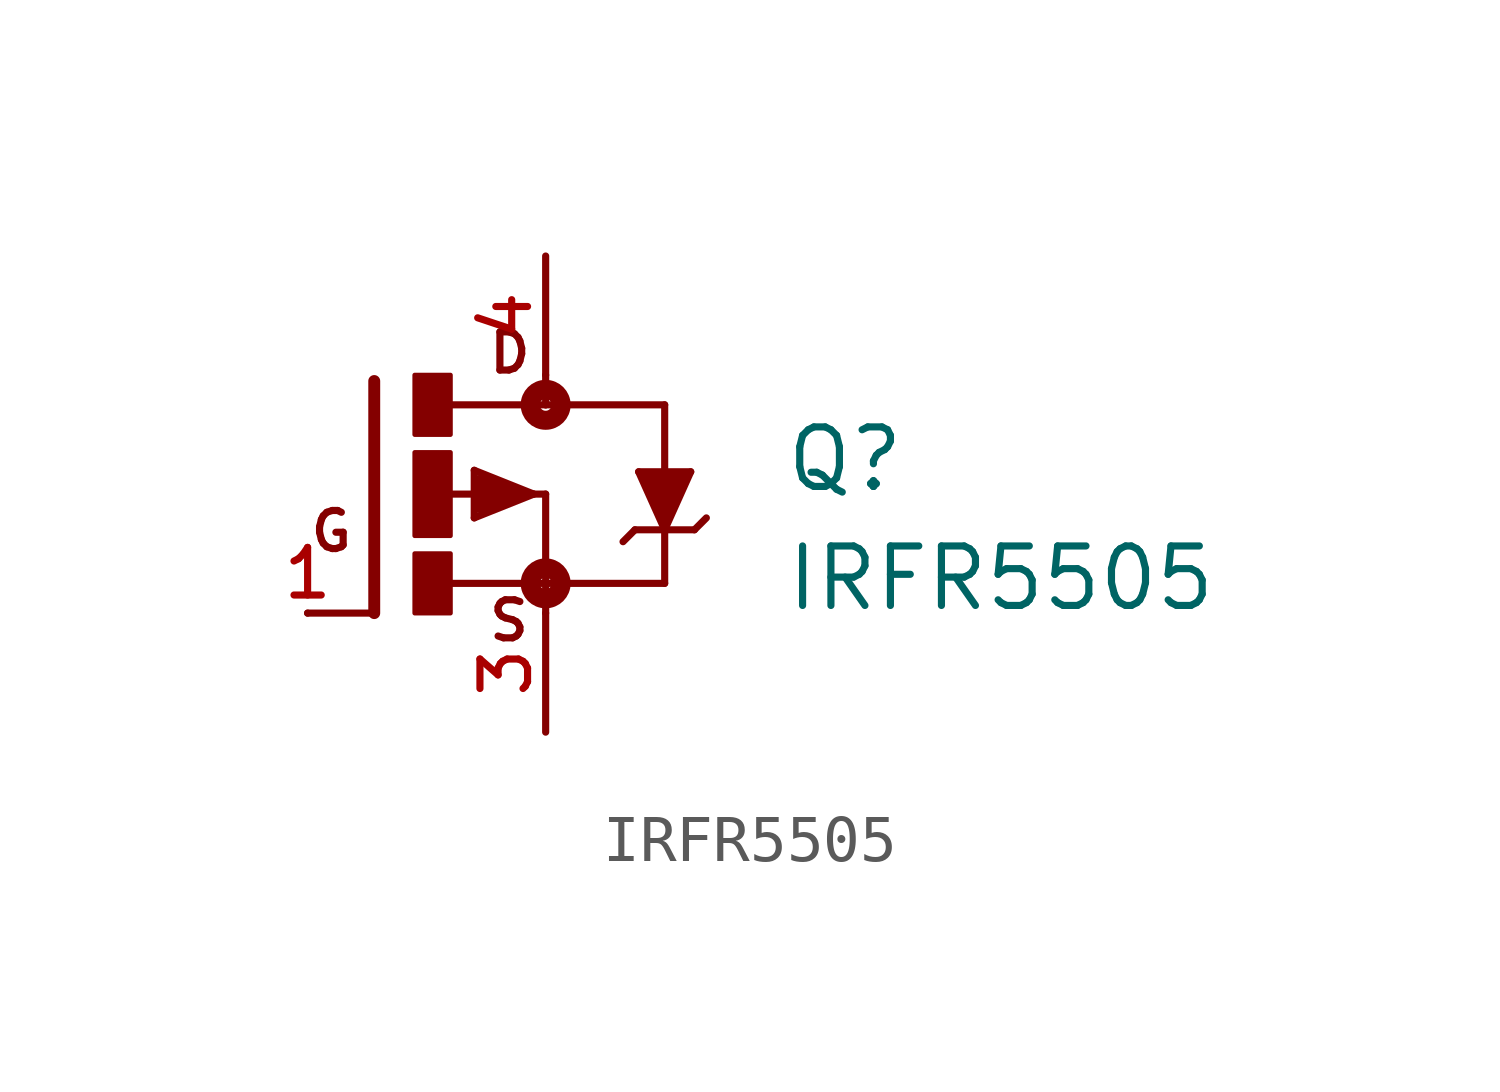
<source format=kicad_sym>
(kicad_symbol_lib
  (version 20211014)
  (generator kicad_symbol_editor)
  (symbol "IRFR5505"
    (pin_names
      (offset 1.016))
    (property "Reference" "Q"
      (at 7.62 0.0 0)
      (effects (font (size 1.27 1.27)) (justify bottom left)))
    (property "Value" "IRFR5505"
      (at 7.62 -2.54 0)
      (effects (font (size 1.27 1.27)) (justify bottom left)))
    (symbol "IRFR5505_0_0"
      (polyline (pts (xy -1.118 2.413) (xy -1.118 -2.54)) (stroke (width 0.254)))
      (polyline (pts (xy -1.118 -2.54) (xy -2.54 -2.54)) (stroke (width 0.152)))
      (polyline (pts (xy 2.54 1.905) (xy 0.533 1.905)) (stroke (width 0.152)))
      (polyline (pts (xy 2.54 0.0) (xy 2.54 -1.905)) (stroke (width 0.152)))
      (polyline (pts (xy 0.508 -1.905) (xy 2.54 -1.905)) (stroke (width 0.152)))
      (polyline (pts (xy 2.54 2.54) (xy 2.54 1.905)) (stroke (width 0.152)))
      (polyline (pts (xy 2.54 1.905) (xy 5.08 1.905)) (stroke (width 0.152)))
      (polyline (pts (xy 5.08 -1.905) (xy 2.54 -1.905)) (stroke (width 0.152)))
      (polyline (pts (xy 2.54 -1.905) (xy 2.54 -2.54)) (stroke (width 0.152)))
      (polyline (pts (xy 2.235 0.0) (xy 2.54 0.0)) (stroke (width 0.152)))
      (polyline (pts (xy 2.286 0.0) (xy 1.016 0.508)) (stroke (width 0.152)))
      (polyline (pts (xy 1.016 0.508) (xy 1.016 -0.508)) (stroke (width 0.152)))
      (polyline (pts (xy 1.016 -0.508) (xy 2.286 0.0)) (stroke (width 0.152)))
      (polyline (pts (xy 1.143 0.0) (xy 0.254 0.0)) (stroke (width 0.152)))
      (polyline (pts (xy 1.143 -0.254) (xy 2.032 0.0)) (stroke (width 0.305)))
      (polyline (pts (xy 2.032 0.0) (xy 1.143 0.254)) (stroke (width 0.305)))
      (polyline (pts (xy 1.143 0.254) (xy 1.143 0.0)) (stroke (width 0.305)))
      (polyline (pts (xy 1.143 0.0) (xy 1.397 0.0)) (stroke (width 0.305)))
      (polyline (pts (xy 5.08 -1.905) (xy 5.08 -0.762)) (stroke (width 0.152)))
      (polyline (pts (xy 5.08 -0.762) (xy 5.636 0.476)) (stroke (width 0.152)))
      (polyline (pts (xy 5.636 0.476) (xy 5.08 0.476)) (stroke (width 0.152)))
      (polyline (pts (xy 5.08 0.476) (xy 4.524 0.476)) (stroke (width 0.152)))
      (polyline (pts (xy 4.524 0.476) (xy 5.08 -0.762)) (stroke (width 0.152)))
      (polyline (pts (xy 5.715 -0.762) (xy 5.08 -0.762)) (stroke (width 0.152)))
      (polyline (pts (xy 5.08 -0.762) (xy 4.445 -0.762)) (stroke (width 0.152)))
      (polyline (pts (xy 4.445 -0.762) (xy 4.191 -1.016)) (stroke (width 0.152)))
      (polyline (pts (xy 5.715 -0.762) (xy 5.969 -0.508)) (stroke (width 0.152)))
      (polyline (pts (xy 5.08 0.476) (xy 5.08 1.905)) (stroke (width 0.152)))
      (circle (center 2.54 -1.905) (radius 0.127) (stroke (width 0.406)) (fill (type none)))
      (circle (center 2.54 1.905) (radius 0.127) (stroke (width 0.406)) (fill (type none)))
      (text "D" (at 1.27 2.54 0) (effects (font (size 0.813 0.813)) (justify bottom left)))
      (text "S" (at 1.27 -3.175 0) (effects (font (size 0.813 0.813)) (justify bottom left)))
      (text "G" (at -2.54 -1.27 0) (effects (font (size 0.813 0.813)) (justify bottom left)))
      (rectangle (start -0.254 -2.54) (end 0.508 -1.27) (stroke (width 0.1)) (fill (type outline)))
      (rectangle (start -0.254 1.27) (end 0.508 2.54) (stroke (width 0.1)) (fill (type outline)))
      (rectangle (start -0.254 -0.889) (end 0.508 0.889) (stroke (width 0.1)) (fill (type outline)))
      (polyline (pts (xy 5.08 -0.635) (xy 5.556 0.397) (xy 4.604 0.397) (xy 5.08 -0.635)) (stroke (width 0.152)) (fill (type outline)))
      (pin passive line (at -2.54 -2.54 0) (length 0) (name "~" (effects (font (size 1.016 1.016)))) (number "1" (effects (font (size 1.016 1.016)))))
      (pin passive line (at 2.54 5.08 270.0) (length 2.54) (name "~" (effects (font (size 1.016 1.016)))) (number "4" (effects (font (size 1.016 1.016)))))
      (pin passive line (at 2.54 -5.08 90.0) (length 2.54) (name "~" (effects (font (size 1.016 1.016)))) (number "3" (effects (font (size 1.016 1.016))))))))
</source>
